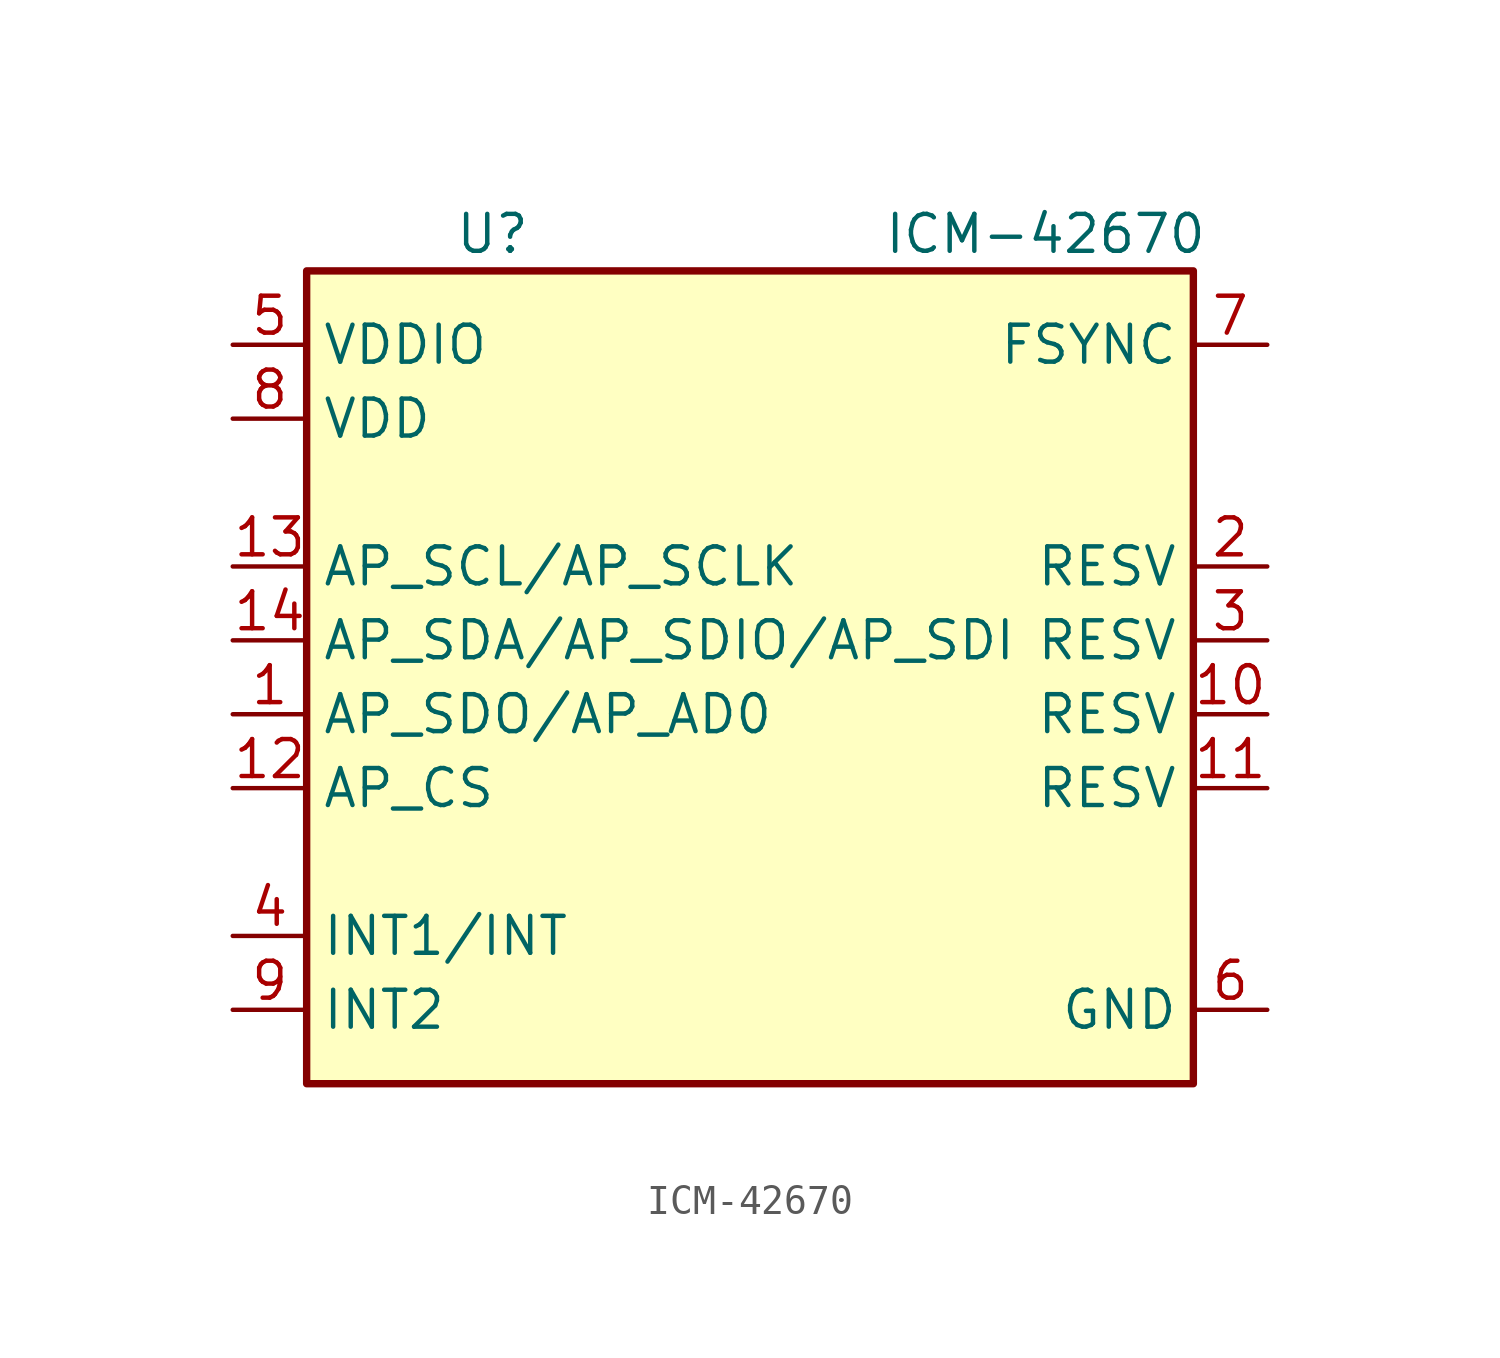
<source format=kicad_sym>
(kicad_symbol_lib
  (version 20220914)
  (generator kicad_symbol_editor)
  (symbol "ICM-42670"
    (property "Reference" "U"
      (at -10.16 11.43 0)
      (effects (font (size 1.27 1.27)) (justify left)))
    (property "Value" "ICM-42670"
      (at 10.16 11.43 0)
      (effects (font (size 1.27 1.27))))
    (symbol "ICM-42670_0_1"
      (rectangle (start -15.24 10.16) (end 15.24 -17.78) (stroke (width 0.254) (type default)) (fill (type background))))
    (symbol "ICM-42670_1_1"
      (pin passive line (at -17.78 -5.08 0) (length 2.54) (name "AP_SDO/AP_AD0" (effects (font (size 1.27 1.27)))) (number "1" (effects (font (size 1.27 1.27)))))
      (pin passive line (at 17.78 -5.08 180) (length 2.54) (name "RESV" (effects (font (size 1.27 1.27)))) (number "10" (effects (font (size 1.27 1.27)))))
      (pin passive line (at 17.78 -7.62 180) (length 2.54) (name "RESV" (effects (font (size 1.27 1.27)))) (number "11" (effects (font (size 1.27 1.27)))))
      (pin passive line (at -17.78 -7.62 0) (length 2.54) (name "AP_CS" (effects (font (size 1.27 1.27)))) (number "12" (effects (font (size 1.27 1.27)))))
      (pin passive line (at -17.78 0 0) (length 2.54) (name "AP_SCL/AP_SCLK" (effects (font (size 1.27 1.27)))) (number "13" (effects (font (size 1.27 1.27)))))
      (pin passive line (at -17.78 -2.54 0) (length 2.54) (name "AP_SDA/AP_SDIO/AP_SDI" (effects (font (size 1.27 1.27)))) (number "14" (effects (font (size 1.27 1.27)))))
      (pin passive line (at 17.78 0 180) (length 2.54) (name "RESV" (effects (font (size 1.27 1.27)))) (number "2" (effects (font (size 1.27 1.27)))))
      (pin passive line (at 17.78 -2.54 180) (length 2.54) (name "RESV" (effects (font (size 1.27 1.27)))) (number "3" (effects (font (size 1.27 1.27)))))
      (pin passive line (at -17.78 -12.7 0) (length 2.54) (name "INT1/INT" (effects (font (size 1.27 1.27)))) (number "4" (effects (font (size 1.27 1.27)))))
      (pin passive line (at -17.78 7.62 0) (length 2.54) (name "VDDIO" (effects (font (size 1.27 1.27)))) (number "5" (effects (font (size 1.27 1.27)))))
      (pin passive line (at 17.78 -15.24 180) (length 2.54) (name "GND" (effects (font (size 1.27 1.27)))) (number "6" (effects (font (size 1.27 1.27)))))
      (pin free line (at 17.78 7.62 180) (length 2.54) (name "FSYNC" (effects (font (size 1.27 1.27)))) (number "7" (effects (font (size 1.27 1.27)))))
      (pin passive line (at -17.78 5.08 0) (length 2.54) (name "VDD" (effects (font (size 1.27 1.27)))) (number "8" (effects (font (size 1.27 1.27)))))
      (pin passive line (at -17.78 -15.24 0) (length 2.54) (name "INT2" (effects (font (size 1.27 1.27)))) (number "9" (effects (font (size 1.27 1.27))))))))
</source>
